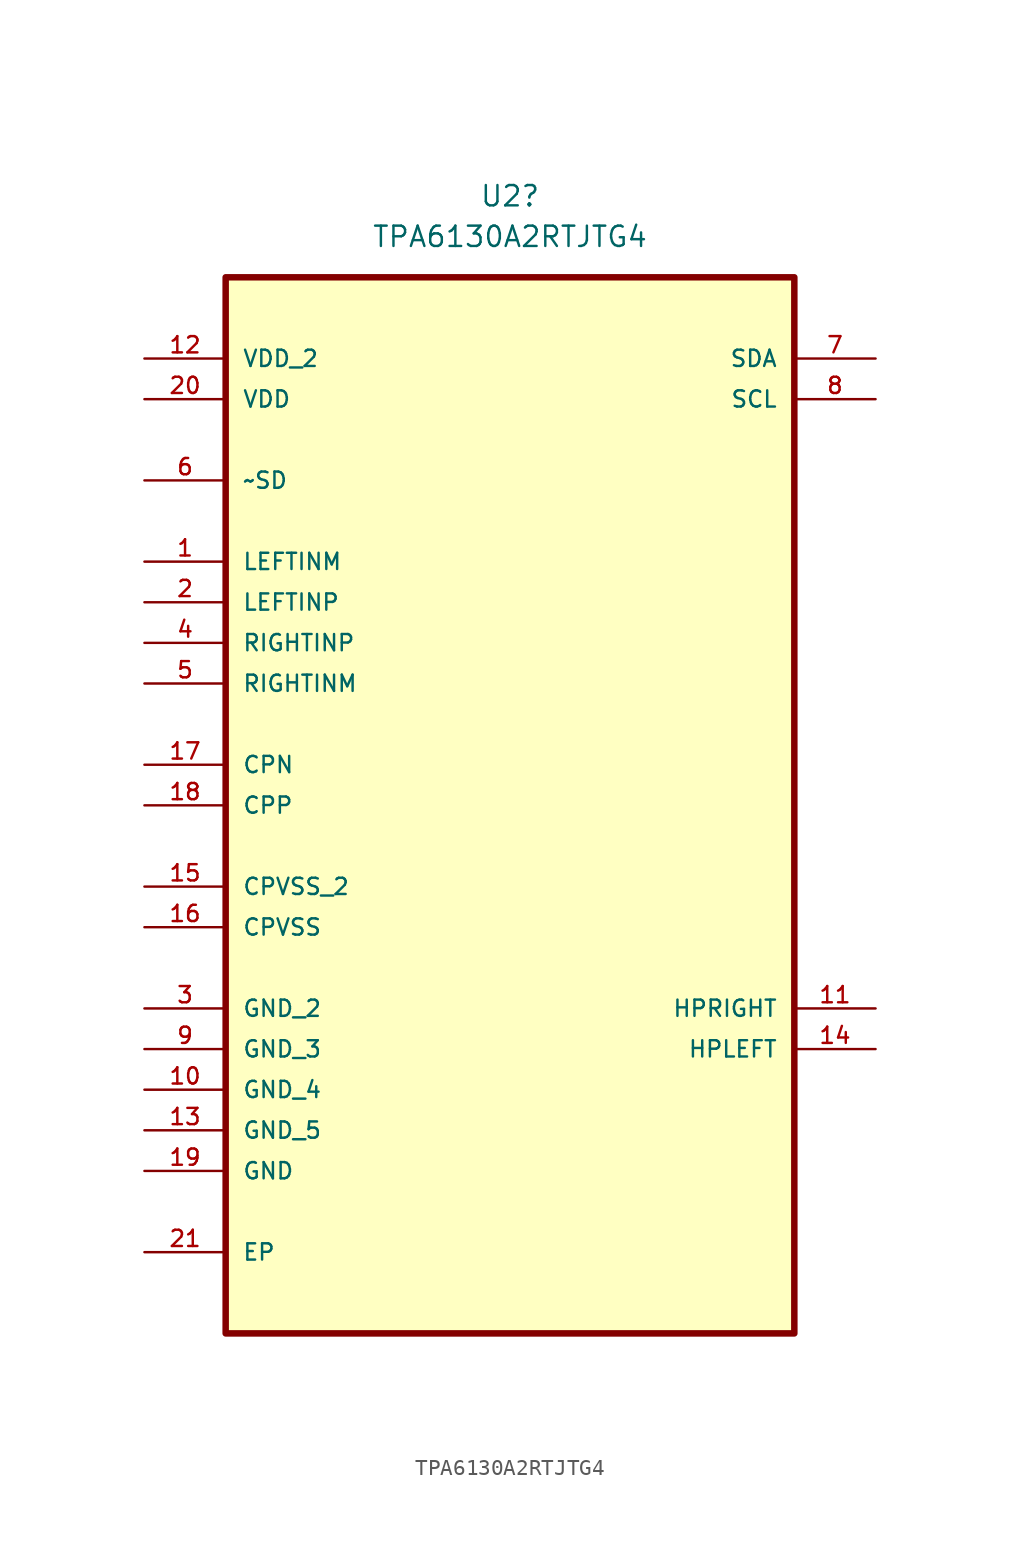
<source format=kicad_sym>
(kicad_symbol_lib
  (version 20220914)
  (generator kicad_symbol_editor)
  (symbol "TPA6130A2RTJTG4"
    (pin_names
      (offset 1.016))
    (property "Reference" "U2"
      (at 0 35.56 0)
      (effects (font (size 1.27 1.27))))
    (property "Value" "TPA6130A2RTJTG4"
      (at 0 33.02 0)
      (effects (font (size 1.27 1.27))))
    (symbol "TPA6130A2RTJTG4_0_0"
      (rectangle (start -17.78 -35.56) (end 17.78 30.48) (stroke (width 0.406) (type default)) (fill (type background)))
      (pin input line (at -22.86 12.7 0) (length 5.08) (name "LEFTINM" (effects (font (size 1.016 1.016)))) (number "1" (effects (font (size 1.016 1.016)))))
      (pin passive line (at -22.86 -20.32 0) (length 5.08) (name "GND_4" (effects (font (size 1.016 1.016)))) (number "10" (effects (font (size 1.016 1.016)))))
      (pin output line (at 22.86 -15.24 180) (length 5.08) (name "HPRIGHT" (effects (font (size 1.016 1.016)))) (number "11" (effects (font (size 1.016 1.016)))))
      (pin power_in line (at -22.86 25.4 0) (length 5.08) (name "VDD_2" (effects (font (size 1.016 1.016)))) (number "12" (effects (font (size 1.016 1.016)))))
      (pin passive line (at -22.86 -22.86 0) (length 5.08) (name "GND_5" (effects (font (size 1.016 1.016)))) (number "13" (effects (font (size 1.016 1.016)))))
      (pin output line (at 22.86 -17.78 180) (length 5.08) (name "HPLEFT" (effects (font (size 1.016 1.016)))) (number "14" (effects (font (size 1.016 1.016)))))
      (pin power_in line (at -22.86 -7.62 0) (length 5.08) (name "CPVSS_2" (effects (font (size 1.016 1.016)))) (number "15" (effects (font (size 1.016 1.016)))))
      (pin power_in line (at -22.86 -10.16 0) (length 5.08) (name "CPVSS" (effects (font (size 1.016 1.016)))) (number "16" (effects (font (size 1.016 1.016)))))
      (pin power_in line (at -22.86 0 0) (length 5.08) (name "CPN" (effects (font (size 1.016 1.016)))) (number "17" (effects (font (size 1.016 1.016)))))
      (pin power_in line (at -22.86 -2.54 0) (length 5.08) (name "CPP" (effects (font (size 1.016 1.016)))) (number "18" (effects (font (size 1.016 1.016)))))
      (pin passive line (at -22.86 -25.4 0) (length 5.08) (name "GND" (effects (font (size 1.016 1.016)))) (number "19" (effects (font (size 1.016 1.016)))))
      (pin input line (at -22.86 10.16 0) (length 5.08) (name "LEFTINP" (effects (font (size 1.016 1.016)))) (number "2" (effects (font (size 1.016 1.016)))))
      (pin power_in line (at -22.86 22.86 0) (length 5.08) (name "VDD" (effects (font (size 1.016 1.016)))) (number "20" (effects (font (size 1.016 1.016)))))
      (pin passive line (at -22.86 -30.48 0) (length 5.08) (name "EP" (effects (font (size 1.016 1.016)))) (number "21" (effects (font (size 1.016 1.016)))))
      (pin passive line (at -22.86 -15.24 0) (length 5.08) (name "GND_2" (effects (font (size 1.016 1.016)))) (number "3" (effects (font (size 1.016 1.016)))))
      (pin input line (at -22.86 7.62 0) (length 5.08) (name "RIGHTINP" (effects (font (size 1.016 1.016)))) (number "4" (effects (font (size 1.016 1.016)))))
      (pin input line (at -22.86 5.08 0) (length 5.08) (name "RIGHTINM" (effects (font (size 1.016 1.016)))) (number "5" (effects (font (size 1.016 1.016)))))
      (pin input line (at -22.86 17.78 0) (length 5.08) (name "~SD" (effects (font (size 1.016 1.016)))) (number "6" (effects (font (size 1.016 1.016)))))
      (pin bidirectional line (at 22.86 25.4 180) (length 5.08) (name "SDA" (effects (font (size 1.016 1.016)))) (number "7" (effects (font (size 1.016 1.016)))))
      (pin input line (at 22.86 22.86 180) (length 5.08) (name "SCL" (effects (font (size 1.016 1.016)))) (number "8" (effects (font (size 1.016 1.016)))))
      (pin passive line (at -22.86 -17.78 0) (length 5.08) (name "GND_3" (effects (font (size 1.016 1.016)))) (number "9" (effects (font (size 1.016 1.016))))))))
</source>
